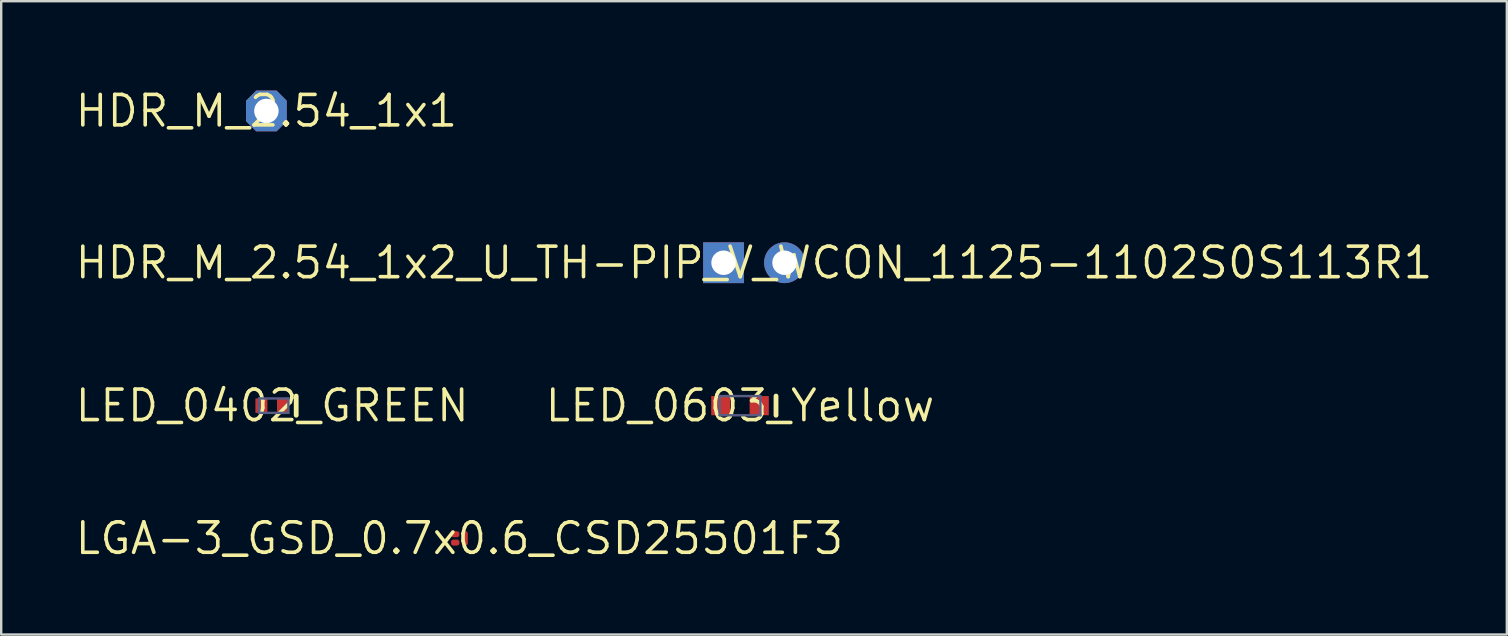
<source format=kicad_pcb>
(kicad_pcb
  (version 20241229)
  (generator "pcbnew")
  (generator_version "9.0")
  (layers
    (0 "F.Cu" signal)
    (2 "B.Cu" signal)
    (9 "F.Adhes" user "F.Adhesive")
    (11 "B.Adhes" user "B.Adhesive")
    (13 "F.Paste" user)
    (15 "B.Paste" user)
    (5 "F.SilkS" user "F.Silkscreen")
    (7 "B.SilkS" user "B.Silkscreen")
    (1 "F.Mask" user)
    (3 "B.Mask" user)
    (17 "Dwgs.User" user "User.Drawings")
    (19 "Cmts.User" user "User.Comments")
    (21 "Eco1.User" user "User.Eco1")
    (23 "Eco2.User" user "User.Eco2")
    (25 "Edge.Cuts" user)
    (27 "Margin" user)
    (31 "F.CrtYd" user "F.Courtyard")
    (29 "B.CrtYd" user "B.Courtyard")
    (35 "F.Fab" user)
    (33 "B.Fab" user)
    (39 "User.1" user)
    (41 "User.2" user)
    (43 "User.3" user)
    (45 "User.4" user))
  (footprint "LGA-3_GSD_0.7x0.6_CSD25501F3"
    (layer "F.Cu")
    (at 16.094 19.385)
    (property "Reference" "LGA-3_GSD_0.7x0.6_CSD25501F3" (at 0 0 0) (layer "F.SilkS") (effects (font (size 1.27 1.27) (thickness 0.15))))
    (fp_poly (pts (xy -0.1 -0.15) (xy -0.1 -0.25) (xy -0.25 -0.25) (xy -0.25 -0.15)) (stroke (width 0.1) (type solid)) (fill yes) (layer "F.Paste"))
    (fp_poly (pts (xy -0.1 0.25) (xy -0.1 0.15) (xy -0.25 0.15) (xy -0.25 0.25)) (stroke (width 0.1) (type solid)) (fill yes) (layer "F.Paste"))
    (fp_line (start -0.55 -0.5) (end -0.55 0.5) (stroke (width 0.1) (type solid)) (layer "Eco1.User"))
    (fp_line (start -0.55 -0.5) (end 0.55 -0.5) (stroke (width 0.1) (type solid)) (layer "Eco1.User"))
    (fp_line (start -0.55 0.5) (end 0.55 0.5) (stroke (width 0.1) (type solid)) (layer "Eco1.User"))
    (fp_line (start -0.225 0) (end 0.225 0) (stroke (width 0.1) (type solid)) (layer "Eco1.User"))
    (fp_line (start 0 -0.225) (end 0 0.225) (stroke (width 0.1) (type solid)) (layer "Eco1.User"))
    (fp_line (start 0.55 -0.5) (end 0.55 0.5) (stroke (width 0.1) (type solid)) (layer "Eco1.User"))
    (fp_line (start -0.365 -0.32) (end -0.365 0.32) (stroke (width 0.1) (type solid)) (layer "Eco2.User"))
    (fp_line (start -0.365 -0.32) (end 0.365 -0.32) (stroke (width 0.1) (type solid)) (layer "Eco2.User"))
    (fp_line (start -0.365 0.32) (end 0.365 0.32) (stroke (width 0.1) (type solid)) (layer "Eco2.User"))
    (fp_line (start 0.365 -0.32) (end 0.365 0.32) (stroke (width 0.1) (type solid)) (layer "Eco2.User"))
    (fp_text_box "" (start -0.191 -1.475) (end -0.191 -1.475) (margins 0.312 0.312 0.312 0.312) (angle 270) (layer "F.Cu") (effects (font (size 0.35 0.3) (thickness 0.05)) (justify left bottom)) (border yes) (stroke (width 0.1) (type default)))
    (fp_text_box "" (start -0.75 -0.55) (end -0.75 -0.55) (margins 0.95 0.95 0.95 0.95) (layer "F.Cu") (effects (font (size 1.2 1) (thickness 0.2)) (justify left bottom)) (border yes) (stroke (width 0.1) (type default)))
    (pad "1" smd roundrect (at -0.175 -0.175) (size 0.35 0.25) (layers "F.Cu" "F.Mask" "F.Paste") (roundrect_rratio 0.4))
    (pad "2" smd roundrect (at -0.175 0.175) (size 0.35 0.25) (layers "F.Cu" "F.Mask" "F.Paste") (roundrect_rratio 0.4))
    (pad "3" smd roundrect (at 0.225 0) (size 0.25 0.6) (layers "F.Cu" "F.Mask" "F.Paste") (roundrect_rratio 0.4)))
  (footprint "HDR_M_2.54_1x2_U_TH-PIP_V_WCON_1125-1102S0S113R1"
    (layer "F.Cu")
    (at 28.371 7.898)
    (property "Reference" "HDR_M_2.54_1x2_U_TH-PIP_V_WCON_1125-1102S0S113R1" (at 0 0 0) (layer "F.SilkS") (effects (font (size 1.27 1.27) (thickness 0.15))))
    (fp_poly (pts (xy -0.22 1.05) (xy -0.22 -1.05) (xy -2.32 -1.05) (xy -2.32 1.05)) (stroke (width 0) (type default)) (fill yes) (layer "F.Paste"))
    (fp_poly (pts (xy 2.32 1.05) (xy 2.32 -1.05) (xy 0.22 -1.05) (xy 0.22 1.05)) (stroke (width 0) (type default)) (fill yes) (layer "F.Paste"))
    (fp_line (start -2.8 -1.7) (end 2.8 -1.7) (stroke (width 0.1) (type solid)) (layer "Eco1.User"))
    (fp_line (start -2.8 1.7) (end -2.8 -1.7) (stroke (width 0.1) (type solid)) (layer "Eco1.User"))
    (fp_line (start -2.8 1.7) (end 2.8 1.7) (stroke (width 0.1) (type solid)) (layer "Eco1.User"))
    (fp_line (start -0.475 0) (end 0.525 0) (stroke (width 0.1) (type solid)) (layer "Eco1.User"))
    (fp_line (start 0 0.492) (end 0 -0.508) (stroke (width 0.1) (type solid)) (layer "Eco1.User"))
    (fp_line (start 2.8 1.7) (end 2.8 -1.7) (stroke (width 0.1) (type solid)) (layer "Eco1.User"))
    (fp_line (start -2.74 -1.325) (end 2.74 -1.325) (stroke (width 0.1) (type solid)) (layer "Eco2.User"))
    (fp_line (start -2.74 1.325) (end -2.74 -1.325) (stroke (width 0.1) (type solid)) (layer "Eco2.User"))
    (fp_line (start -2.74 1.325) (end 2.74 1.325) (stroke (width 0.1) (type solid)) (layer "Eco2.User"))
    (fp_line (start 2.74 1.325) (end 2.74 -1.325) (stroke (width 0.1) (type solid)) (layer "Eco2.User"))
    (fp_text_box "" (start -0.666 1.9) (end -0.666 1.9) (margins 0.406 0.406 0.406 0.406) (layer "F.Cu") (effects (font (size 0.475 0.4) (thickness 0.075)) (justify left bottom)) (border yes) (stroke (width 0.1) (type default)))
    (fp_text_box "" (start -1.325 0.175) (end -1.325 0.175) (margins 0.406 0.406 0.406 0.406) (layer "F.Cu") (effects (font (size 0.475 0.4) (thickness 0.075)) (justify left bottom)) (border yes) (stroke (width 0.1) (type default)))
    (pad "1" thru_hole rect (at -1.27 0) (size 1.7 1.7) (drill 1.02) (layers "*.Cu" "*.Mask"))
    (pad "2" thru_hole circle (at 1.27 0) (size 1.7 1.7) (drill 1.02) (layers "*.Cu" "*.Mask")))
  (footprint "HDR_M_2.54_1x1"
    (layer "F.Cu")
    (at 8.051 1.574)
    (property "Reference" "HDR_M_2.54_1x1" (at 0 0 0) (layer "F.SilkS") (effects (font (size 1.27 1.27) (thickness 0.15))))
    (fp_line (start -1.524 -1.524) (end 1.524 -1.524) (stroke (width 0.1) (type solid)) (layer "Eco1.User"))
    (fp_line (start -1.524 1.524) (end -1.524 -1.524) (stroke (width 0.1) (type solid)) (layer "Eco1.User"))
    (fp_line (start -1.524 1.524) (end 1.524 1.524) (stroke (width 0.1) (type solid)) (layer "Eco1.User"))
    (fp_line (start 1.524 1.524) (end 1.524 -1.524) (stroke (width 0.1) (type solid)) (layer "Eco1.User"))
    (fp_line (start -1.27 -1.27) (end 1.27 -1.27) (stroke (width 0.1) (type solid)) (layer "Eco2.User"))
    (fp_line (start -1.27 1.27) (end -1.27 -1.27) (stroke (width 0.1) (type solid)) (layer "Eco2.User"))
    (fp_line (start -1.27 1.27) (end 1.27 1.27) (stroke (width 0.1) (type solid)) (layer "Eco2.User"))
    (fp_line (start 1.27 1.27) (end 1.27 -1.27) (stroke (width 0.1) (type solid)) (layer "Eco2.User"))
    (fp_text_box "" (start 1.683 0.35) (end 1.683 0.35) (margins 0.406 0.406 0.406 0.406) (layer "F.Cu") (effects (font (size 0.475 0.4) (thickness 0.075)) (justify left bottom)) (border yes) (stroke (width 0.1) (type default)))
    (pad "1" thru_hole roundrect (at 0 0) (size 1.7 1.7) (drill 1.02) (layers "*.Cu" "*.Mask") (roundrect_rratio 0.25) (chamfer_ratio 0.25) (chamfer top_left top_right bottom_left bottom_right)))
  (footprint "LED_0402_GREEN"
    (layer "F.Cu")
    (at 8.293 13.854)
    (property "Reference" "LED_0402_GREEN" (at 0 0 0) (layer "F.SilkS") (effects (font (size 1.27 1.27) (thickness 0.15))))
    (fp_line (start 1 0.4) (end 1 -0.4) (stroke (width 0.2) (type solid)) (layer "F.SilkS"))
    (fp_line (start -1.15 -0.65) (end 1.25 -0.65) (stroke (width 0.1) (type solid)) (layer "Eco1.User"))
    (fp_line (start -1.15 0.675) (end -1.15 -0.65) (stroke (width 0.1) (type solid)) (layer "Eco1.User"))
    (fp_line (start -1.15 0.675) (end 1.25 0.675) (stroke (width 0.1) (type solid)) (layer "Eco1.User"))
    (fp_line (start -0.4 0) (end 0.4 0) (stroke (width 0.1) (type solid)) (layer "Eco1.User"))
    (fp_line (start 0 0.4) (end 0 -0.4) (stroke (width 0.1) (type solid)) (layer "Eco1.User"))
    (fp_line (start 1.25 0.675) (end 1.25 -0.65) (stroke (width 0.1) (type solid)) (layer "Eco1.User"))
    (fp_line (start -1 -0.525) (end 1 -0.525) (stroke (width 0.1) (type solid)) (layer "Eco2.User"))
    (fp_line (start -1 0.55) (end -1 -0.525) (stroke (width 0.1) (type solid)) (layer "Eco2.User"))
    (fp_line (start -1 0.55) (end 1 0.55) (stroke (width 0.1) (type solid)) (layer "Eco2.User"))
    (fp_line (start 1 0.55) (end 1 -0.525) (stroke (width 0.1) (type solid)) (layer "Eco2.User"))
    (fp_line (start 1.1 0.6) (end 1.1 -0.6) (stroke (width 0.1) (type solid)) (layer "Eco2.User"))
    (fp_line (start -0.55 -0.3) (end 0.675 -0.3) (stroke (width 0.1) (type solid)) (layer "B.Fab"))
    (fp_line (start -0.55 0.3) (end -0.55 -0.3) (stroke (width 0.1) (type solid)) (layer "B.Fab"))
    (fp_line (start -0.55 0.3) (end 0.675 0.3) (stroke (width 0.1) (type solid)) (layer "B.Fab"))
    (fp_line (start 0.675 0.3) (end 0.675 -0.3) (stroke (width 0.1) (type solid)) (layer "B.Fab"))
    (fp_text_box "" (start -0.871 -0.738) (end -0.871 -0.738) (margins 0.406 0.406 0.406 0.406) (layer "F.Cu") (effects (font (size 0.475 0.4) (thickness 0.075)) (justify left bottom)) (border yes) (stroke (width 0.1) (type default)))
    (pad "1" smd rect (at -0.45 0) (size 0.5 0.6) (layers "F.Cu" "F.Mask" "F.Paste"))
    (pad "2" smd rect (at 0.45 0) (size 0.5 0.6) (layers "F.Cu" "F.Mask" "F.Paste")))
  (footprint "LED_0603_Yellow"
    (layer "F.Cu")
    (at 27.787 13.854)
    (property "Reference" "LED_0603_Yellow" (at 0 0 0) (layer "F.SilkS") (effects (font (size 1.27 1.27) (thickness 0.15))))
    (fp_line (start 1.5 -0.4) (end 1.5 0.4) (stroke (width 0.2) (type solid)) (layer "F.SilkS"))
    (fp_line (start -1.55 -0.725) (end -1.55 0.725) (stroke (width 0.1) (type solid)) (layer "Eco1.User"))
    (fp_line (start 0 -0.4) (end 0 0.4) (stroke (width 0.1) (type solid)) (layer "Eco1.User"))
    (fp_line (start 0.4 0) (end -0.4 0) (stroke (width 0.1) (type solid)) (layer "Eco1.User"))
    (fp_line (start 1.7 -0.725) (end -1.55 -0.725) (stroke (width 0.1) (type solid)) (layer "Eco1.User"))
    (fp_line (start 1.7 -0.725) (end 1.7 0.725) (stroke (width 0.1) (type solid)) (layer "Eco1.User"))
    (fp_line (start 1.7 0.725) (end -1.55 0.725) (stroke (width 0.1) (type solid)) (layer "Eco1.User"))
    (fp_line (start -1.4 -0.6) (end -1.4 0.6) (stroke (width 0.1) (type solid)) (layer "Eco2.User"))
    (fp_line (start 1.6 -0.6) (end -1.4 -0.6) (stroke (width 0.1) (type solid)) (layer "Eco2.User"))
    (fp_line (start 1.6 -0.6) (end 1.6 0.6) (stroke (width 0.1) (type solid)) (layer "Eco2.User"))
    (fp_line (start 1.6 0.6) (end -1.4 0.6) (stroke (width 0.1) (type solid)) (layer "Eco2.User"))
    (fp_rect (start 1.35 0.6) (end 1.6 -0.6) (stroke (width 0.1) (type default)) (fill no) (layer "Eco2.User"))
    (fp_line (start -0.85 -0.4) (end -0.85 0.4) (stroke (width 0.1) (type solid)) (layer "B.Fab"))
    (fp_line (start 0.85 -0.4) (end -0.85 -0.4) (stroke (width 0.1) (type solid)) (layer "B.Fab"))
    (fp_line (start 0.85 -0.4) (end 0.85 0.4) (stroke (width 0.1) (type solid)) (layer "B.Fab"))
    (fp_line (start 0.85 0.4) (end -0.85 0.4) (stroke (width 0.1) (type solid)) (layer "B.Fab"))
    (fp_text_box "" (start -1.55 -0.168) (end -1.55 -0.168) (margins 0.406 0.406 0.406 0.406) (angle 180) (layer "F.Cu") (effects (font (size 0.475 0.4) (thickness 0.075)) (justify left bottom)) (border yes) (stroke (width 0.1) (type default)))
    (pad "1" smd rect (at -0.8 0) (size 0.8 0.8) (layers "F.Cu" "F.Mask" "F.Paste"))
    (pad "2" smd rect (at 0.8 0) (size 0.8 0.8) (layers "F.Cu" "F.Mask" "F.Paste")))
  (gr_rect
    (start -3 -3)
    (end 59.741 23.391)
    (stroke (width 0.1) (type default))
    (fill no)
    (layer "Edge.Cuts")))
</source>
